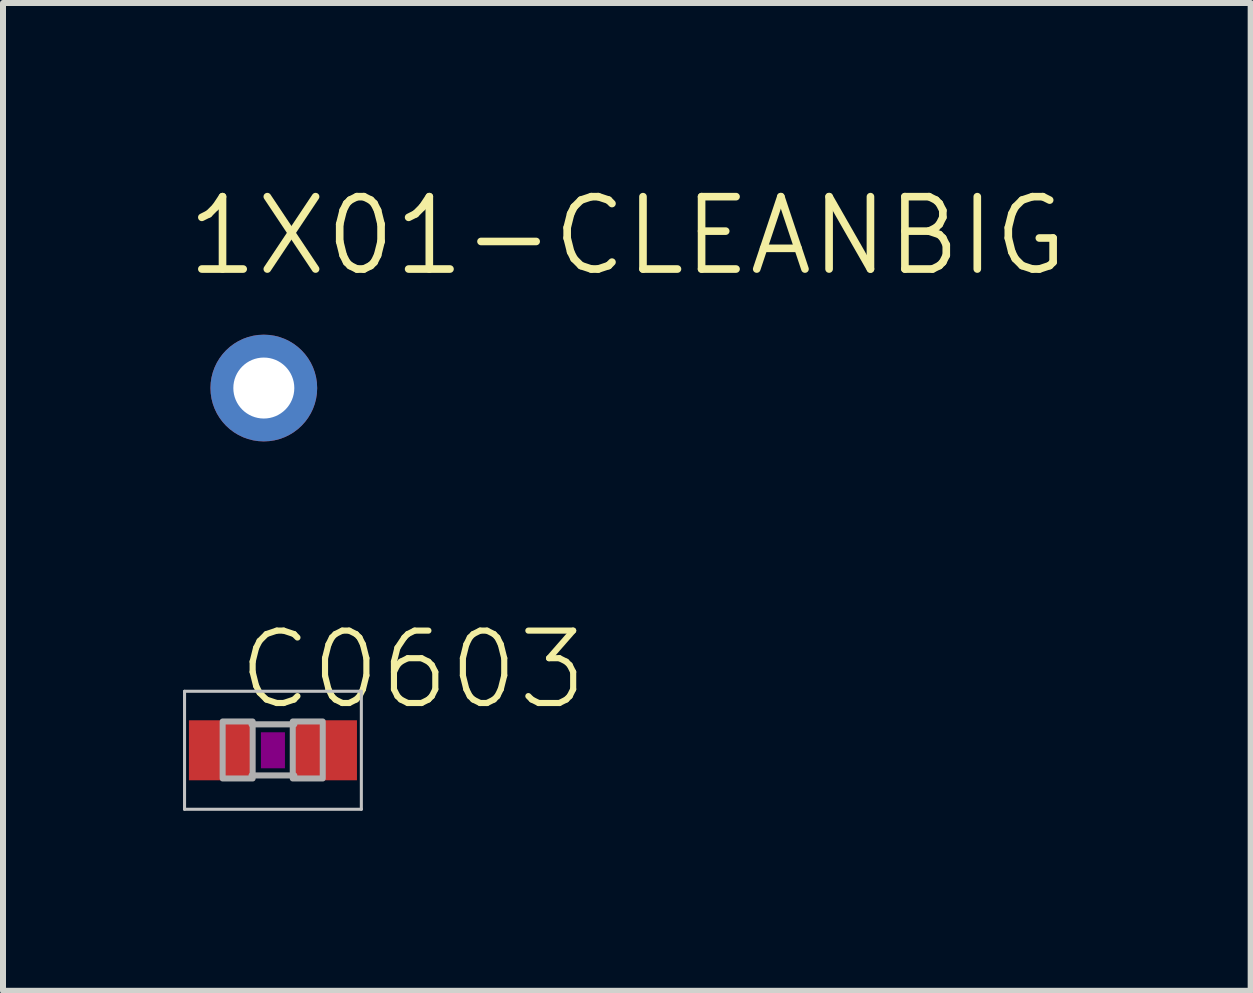
<source format=kicad_pcb>
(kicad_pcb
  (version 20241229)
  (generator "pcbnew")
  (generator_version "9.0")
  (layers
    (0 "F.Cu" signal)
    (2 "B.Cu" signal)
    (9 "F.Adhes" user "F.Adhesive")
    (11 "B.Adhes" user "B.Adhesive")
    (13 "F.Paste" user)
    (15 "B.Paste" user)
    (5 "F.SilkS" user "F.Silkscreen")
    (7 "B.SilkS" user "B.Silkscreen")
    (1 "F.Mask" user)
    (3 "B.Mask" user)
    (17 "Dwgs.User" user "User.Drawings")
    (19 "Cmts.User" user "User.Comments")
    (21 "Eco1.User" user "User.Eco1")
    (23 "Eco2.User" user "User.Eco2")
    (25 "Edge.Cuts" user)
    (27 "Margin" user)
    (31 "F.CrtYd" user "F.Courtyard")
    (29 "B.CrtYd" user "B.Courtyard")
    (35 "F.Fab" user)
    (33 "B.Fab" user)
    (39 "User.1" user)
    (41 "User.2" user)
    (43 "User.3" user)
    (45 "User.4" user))
  (footprint "C0603"
    (layer "F.Cu")
    (at 1.498 9.452)
    (property "Reference" "C0603" (at -0.635 -0.635 0) (layer "F.SilkS") (effects (font (size 1.206 1.206) (thickness 0.102)) (justify left bottom)))
    (attr through_hole)
    (fp_poly (pts (xy -0.2 0.3) (xy 0.2 0.3) (xy 0.2 -0.3) (xy -0.2 -0.3)) (stroke (width 0) (type solid)) (fill yes) (layer "F.Adhes"))
    (fp_line (start -1.473 -0.983) (end 1.473 -0.983) (stroke (width 0.051) (type solid)) (layer "Dwgs.User"))
    (fp_line (start -1.473 0.983) (end -1.473 -0.983) (stroke (width 0.051) (type solid)) (layer "Dwgs.User"))
    (fp_line (start 1.473 -0.983) (end 1.473 0.983) (stroke (width 0.051) (type solid)) (layer "Dwgs.User"))
    (fp_line (start 1.473 0.983) (end -1.473 0.983) (stroke (width 0.051) (type solid)) (layer "Dwgs.User"))
    (fp_line (start -0.356 -0.432) (end 0.356 -0.432) (stroke (width 0.102) (type solid)) (layer "F.Fab"))
    (fp_line (start -0.356 0.419) (end 0.356 0.419) (stroke (width 0.102) (type solid)) (layer "F.Fab"))
    (fp_poly (pts (xy -0.838 0.47) (xy -0.338 0.47) (xy -0.338 -0.48) (xy -0.838 -0.48)) (stroke (width 0.1) (type solid)) (fill no) (layer "F.Fab"))
    (fp_poly (pts (xy 0.33 0.47) (xy 0.83 0.47) (xy 0.83 -0.48) (xy 0.33 -0.48)) (stroke (width 0.1) (type solid)) (fill no) (layer "F.Fab"))
    (pad "1" smd rect (at -0.85 0) (size 1.1 1) (layers "F.Cu" "F.Mask" "F.Paste"))
    (pad "2" smd rect (at 0.85 0) (size 1.1 1) (layers "F.Cu" "F.Mask" "F.Paste")))
  (footprint "1X01-CLEANBIG"
    (layer "F.Cu")
    (at 1.346 3.416)
    (property "Reference" "1X01-CLEANBIG" (at -1.346 -1.829 0) (layer "F.SilkS") (effects (font (size 1.206 1.206) (thickness 0.127)) (justify left bottom)))
    (attr through_hole)
    (pad "1" thru_hole circle (at 0 0) (size 1.778 1.778) (drill 1.016) (layers "*.Cu" "*.Mask")))
  (gr_rect
    (start -3 -3)
    (end 17.79 13.46)
    (stroke (width 0.1) (type default))
    (fill no)
    (layer "Edge.Cuts")))
</source>
